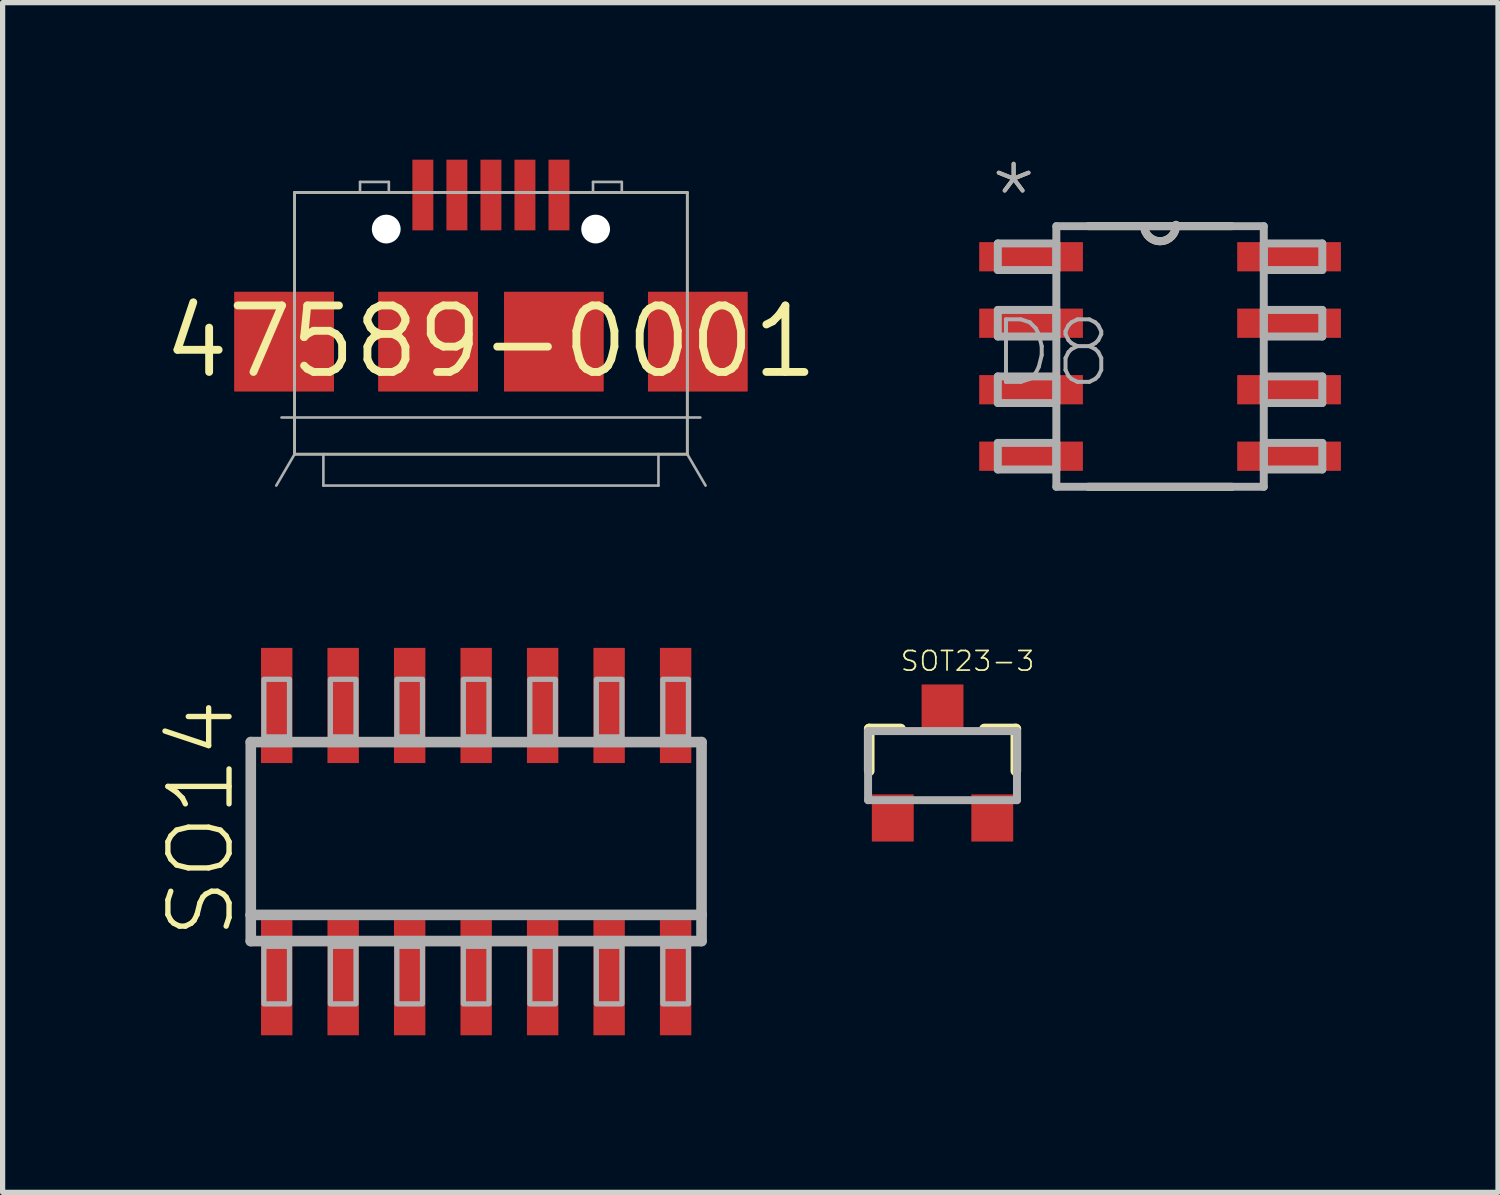
<source format=kicad_pcb>
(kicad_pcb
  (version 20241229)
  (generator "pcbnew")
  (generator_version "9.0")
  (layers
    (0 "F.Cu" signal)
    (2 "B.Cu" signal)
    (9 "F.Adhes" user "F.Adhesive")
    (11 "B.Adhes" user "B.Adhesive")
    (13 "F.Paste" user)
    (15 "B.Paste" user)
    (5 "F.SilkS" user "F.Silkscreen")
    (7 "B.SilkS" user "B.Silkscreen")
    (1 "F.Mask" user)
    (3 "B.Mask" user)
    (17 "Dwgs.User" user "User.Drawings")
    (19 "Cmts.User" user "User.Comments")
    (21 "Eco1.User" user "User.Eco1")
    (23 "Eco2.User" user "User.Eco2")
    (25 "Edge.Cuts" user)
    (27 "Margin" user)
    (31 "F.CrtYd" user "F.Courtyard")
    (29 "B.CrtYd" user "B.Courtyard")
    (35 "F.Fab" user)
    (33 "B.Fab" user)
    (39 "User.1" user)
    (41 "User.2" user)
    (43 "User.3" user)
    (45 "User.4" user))
  (footprint "SOT23-3"
    (layer "F.Cu")
    (at 14.953 11.574)
    (property "Reference" "SOT23-3" (at -0.826 -1.778 0) (layer "F.SilkS") (effects (font (size 0.374 0.374) (thickness 0.033)) (justify left bottom)))
    (fp_line (start -1.4 -0.7) (end -1.4 0.1) (stroke (width 0.203) (type solid)) (layer "F.SilkS"))
    (fp_line (start -0.8 -0.7) (end -1.4 -0.7) (stroke (width 0.203) (type solid)) (layer "F.SilkS"))
    (fp_line (start 0.8 -0.7) (end 1.4 -0.7) (stroke (width 0.203) (type solid)) (layer "F.SilkS"))
    (fp_line (start 1.4 -0.7) (end 1.4 0.1) (stroke (width 0.203) (type solid)) (layer "F.SilkS"))
    (fp_line (start -1.422 -0.66) (end 1.422 -0.66) (stroke (width 0.152) (type solid)) (layer "F.Fab"))
    (fp_line (start -1.422 0.66) (end -1.422 -0.66) (stroke (width 0.152) (type solid)) (layer "F.Fab"))
    (fp_line (start 1.422 -0.66) (end 1.422 0.66) (stroke (width 0.152) (type solid)) (layer "F.Fab"))
    (fp_line (start 1.422 0.66) (end -1.422 0.66) (stroke (width 0.152) (type solid)) (layer "F.Fab"))
    (pad "1" smd rect (at -0.95 1) (size 0.8 0.9) (layers "F.Cu" "F.Mask" "F.Paste"))
    (pad "2" smd rect (at 0.95 1) (size 0.8 0.9) (layers "F.Cu" "F.Mask" "F.Paste"))
    (pad "3" smd rect (at 0 -1.1) (size 0.8 0.9) (layers "F.Cu" "F.Mask" "F.Paste")))
  (footprint "D8"
    (layer "F.Cu")
    (at 19.108 3.759)
    (property "Reference" "D8" (at -3.277 0.635 0) (layer "F.Fab") (effects (font (size 1.194 1.194) (thickness 0.076)) (justify left bottom)))
    (fp_line (start -1.372 2.489) (end 1.372 2.489) (stroke (width 0.152) (type solid)) (layer "F.SilkS"))
    (fp_line (start -0.305 -2.489) (end -1.372 -2.489) (stroke (width 0.152) (type solid)) (layer "F.SilkS"))
    (fp_line (start 1.372 -2.489) (end -0.305 -2.489) (stroke (width 0.152) (type solid)) (layer "F.SilkS"))
    (fp_arc (start 0.3048 -2.5146) (mid 0.0127 -2.1971) (end -0.3048 -2.4892) (stroke (width 0.1524) (type solid)) (layer "F.SilkS"))
    (fp_line (start -3.099 -2.159) (end -3.099 -1.651) (stroke (width 0.152) (type solid)) (layer "F.Fab"))
    (fp_line (start -3.099 -1.651) (end -1.981 -1.651) (stroke (width 0.152) (type solid)) (layer "F.Fab"))
    (fp_line (start -3.099 -0.889) (end -3.099 -0.381) (stroke (width 0.152) (type solid)) (layer "F.Fab"))
    (fp_line (start -3.099 -0.381) (end -1.981 -0.381) (stroke (width 0.152) (type solid)) (layer "F.Fab"))
    (fp_line (start -3.099 0.381) (end -3.099 0.889) (stroke (width 0.152) (type solid)) (layer "F.Fab"))
    (fp_line (start -3.099 0.889) (end -1.981 0.889) (stroke (width 0.152) (type solid)) (layer "F.Fab"))
    (fp_line (start -3.099 1.651) (end -3.099 2.159) (stroke (width 0.152) (type solid)) (layer "F.Fab"))
    (fp_line (start -3.099 2.159) (end -1.981 2.159) (stroke (width 0.152) (type solid)) (layer "F.Fab"))
    (fp_line (start -1.981 -2.489) (end -1.981 2.489) (stroke (width 0.152) (type solid)) (layer "F.Fab"))
    (fp_line (start -1.981 -2.159) (end -3.099 -2.159) (stroke (width 0.152) (type solid)) (layer "F.Fab"))
    (fp_line (start -1.981 -1.651) (end -1.981 -2.159) (stroke (width 0.152) (type solid)) (layer "F.Fab"))
    (fp_line (start -1.981 -0.889) (end -3.099 -0.889) (stroke (width 0.152) (type solid)) (layer "F.Fab"))
    (fp_line (start -1.981 -0.381) (end -1.981 -0.889) (stroke (width 0.152) (type solid)) (layer "F.Fab"))
    (fp_line (start -1.981 0.381) (end -3.099 0.381) (stroke (width 0.152) (type solid)) (layer "F.Fab"))
    (fp_line (start -1.981 0.889) (end -1.981 0.381) (stroke (width 0.152) (type solid)) (layer "F.Fab"))
    (fp_line (start -1.981 1.651) (end -3.099 1.651) (stroke (width 0.152) (type solid)) (layer "F.Fab"))
    (fp_line (start -1.981 2.159) (end -1.981 1.651) (stroke (width 0.152) (type solid)) (layer "F.Fab"))
    (fp_line (start -1.981 2.489) (end 1.981 2.489) (stroke (width 0.152) (type solid)) (layer "F.Fab"))
    (fp_line (start -0.305 -2.489) (end -1.981 -2.489) (stroke (width 0.152) (type solid)) (layer "F.Fab"))
    (fp_line (start 1.981 -2.489) (end -0.305 -2.489) (stroke (width 0.152) (type solid)) (layer "F.Fab"))
    (fp_line (start 1.981 -2.159) (end 1.981 -1.651) (stroke (width 0.152) (type solid)) (layer "F.Fab"))
    (fp_line (start 1.981 -1.651) (end 3.099 -1.651) (stroke (width 0.152) (type solid)) (layer "F.Fab"))
    (fp_line (start 1.981 -0.889) (end 1.981 -0.381) (stroke (width 0.152) (type solid)) (layer "F.Fab"))
    (fp_line (start 1.981 -0.381) (end 3.099 -0.381) (stroke (width 0.152) (type solid)) (layer "F.Fab"))
    (fp_line (start 1.981 0.381) (end 1.981 0.889) (stroke (width 0.152) (type solid)) (layer "F.Fab"))
    (fp_line (start 1.981 0.889) (end 3.099 0.889) (stroke (width 0.152) (type solid)) (layer "F.Fab"))
    (fp_line (start 1.981 1.651) (end 1.981 2.159) (stroke (width 0.152) (type solid)) (layer "F.Fab"))
    (fp_line (start 1.981 2.159) (end 3.099 2.159) (stroke (width 0.152) (type solid)) (layer "F.Fab"))
    (fp_line (start 1.981 2.489) (end 1.981 -2.489) (stroke (width 0.152) (type solid)) (layer "F.Fab"))
    (fp_line (start 3.099 -2.159) (end 1.981 -2.159) (stroke (width 0.152) (type solid)) (layer "F.Fab"))
    (fp_line (start 3.099 -1.651) (end 3.099 -2.159) (stroke (width 0.152) (type solid)) (layer "F.Fab"))
    (fp_line (start 3.099 -0.889) (end 1.981 -0.889) (stroke (width 0.152) (type solid)) (layer "F.Fab"))
    (fp_line (start 3.099 -0.381) (end 3.099 -0.889) (stroke (width 0.152) (type solid)) (layer "F.Fab"))
    (fp_line (start 3.099 0.381) (end 1.981 0.381) (stroke (width 0.152) (type solid)) (layer "F.Fab"))
    (fp_line (start 3.099 0.889) (end 3.099 0.381) (stroke (width 0.152) (type solid)) (layer "F.Fab"))
    (fp_line (start 3.099 1.651) (end 1.981 1.651) (stroke (width 0.152) (type solid)) (layer "F.Fab"))
    (fp_line (start 3.099 2.159) (end 3.099 1.651) (stroke (width 0.152) (type solid)) (layer "F.Fab"))
    (fp_arc (start 0.3048 -2.5146) (mid 0.0127 -2.1971) (end -0.3048 -2.4892) (stroke (width 0.1524) (type solid)) (layer "F.Fab"))
    (fp_text user "*" (at -3.302 -2.337 0) (layer "F.SilkS") (effects (font (size 1.194 1.194) (thickness 0.076)) (justify left bottom)))
    (fp_text user "*" (at -3.302 -2.337 0) (layer "F.Fab") (effects (font (size 1.194 1.194) (thickness 0.076)) (justify left bottom)))
    (pad "1" smd rect (at -2.464 -1.905) (size 1.981 0.559) (layers "F.Cu" "F.Mask" "F.Paste"))
    (pad "2" smd rect (at -2.464 -0.635) (size 1.981 0.559) (layers "F.Cu" "F.Mask" "F.Paste"))
    (pad "3" smd rect (at -2.464 0.635) (size 1.981 0.559) (layers "F.Cu" "F.Mask" "F.Paste"))
    (pad "4" smd rect (at -2.464 1.905) (size 1.981 0.559) (layers "F.Cu" "F.Mask" "F.Paste"))
    (pad "5" smd rect (at 2.464 1.905) (size 1.981 0.559) (layers "F.Cu" "F.Mask" "F.Paste"))
    (pad "6" smd rect (at 2.464 0.635) (size 1.981 0.559) (layers "F.Cu" "F.Mask" "F.Paste"))
    (pad "7" smd rect (at 2.464 -0.635) (size 1.981 0.559) (layers "F.Cu" "F.Mask" "F.Paste"))
    (pad "8" smd rect (at 2.464 -1.905) (size 1.981 0.559) (layers "F.Cu" "F.Mask" "F.Paste")))
  (footprint "SO14"
    (layer "F.Cu")
    (at 6.045 13.025)
    (property "Reference" "SO14" (at -4.572 1.905 90) (layer "F.SilkS") (effects (font (size 1.168 1.168) (thickness 0.102)) (justify left bottom)))
    (fp_line (start -4.305 -1.9) (end 4.305 -1.9) (stroke (width 0.203) (type solid)) (layer "F.Fab"))
    (fp_line (start -4.305 1.4) (end -4.305 -1.9) (stroke (width 0.203) (type solid)) (layer "F.Fab"))
    (fp_line (start -4.305 1.9) (end -4.305 1.4) (stroke (width 0.203) (type solid)) (layer "F.Fab"))
    (fp_line (start 4.305 -1.9) (end 4.305 1.4) (stroke (width 0.203) (type solid)) (layer "F.Fab"))
    (fp_line (start 4.305 1.4) (end -4.305 1.4) (stroke (width 0.203) (type solid)) (layer "F.Fab"))
    (fp_line (start 4.305 1.4) (end 4.305 1.9) (stroke (width 0.203) (type solid)) (layer "F.Fab"))
    (fp_line (start 4.305 1.9) (end -4.305 1.9) (stroke (width 0.203) (type solid)) (layer "F.Fab"))
    (fp_poly (pts (xy -4.055 -2) (xy -3.565 -2) (xy -3.565 -3.1) (xy -4.055 -3.1)) (stroke (width 0.1) (type default)) (fill no) (layer "F.Fab"))
    (fp_poly (pts (xy -4.055 3.1) (xy -3.565 3.1) (xy -3.565 2) (xy -4.055 2)) (stroke (width 0.1) (type default)) (fill no) (layer "F.Fab"))
    (fp_poly (pts (xy -2.785 -2) (xy -2.295 -2) (xy -2.295 -3.1) (xy -2.785 -3.1)) (stroke (width 0.1) (type default)) (fill no) (layer "F.Fab"))
    (fp_poly (pts (xy -2.785 3.1) (xy -2.295 3.1) (xy -2.295 2) (xy -2.785 2)) (stroke (width 0.1) (type default)) (fill no) (layer "F.Fab"))
    (fp_poly (pts (xy -1.515 -2) (xy -1.025 -2) (xy -1.025 -3.1) (xy -1.515 -3.1)) (stroke (width 0.1) (type default)) (fill no) (layer "F.Fab"))
    (fp_poly (pts (xy -1.515 3.1) (xy -1.025 3.1) (xy -1.025 2) (xy -1.515 2)) (stroke (width 0.1) (type default)) (fill no) (layer "F.Fab"))
    (fp_poly (pts (xy -0.245 -2) (xy 0.245 -2) (xy 0.245 -3.1) (xy -0.245 -3.1)) (stroke (width 0.1) (type default)) (fill no) (layer "F.Fab"))
    (fp_poly (pts (xy -0.245 3.1) (xy 0.245 3.1) (xy 0.245 2) (xy -0.245 2)) (stroke (width 0.1) (type default)) (fill no) (layer "F.Fab"))
    (fp_poly (pts (xy 1.025 -2) (xy 1.515 -2) (xy 1.515 -3.1) (xy 1.025 -3.1)) (stroke (width 0.1) (type default)) (fill no) (layer "F.Fab"))
    (fp_poly (pts (xy 1.025 3.1) (xy 1.515 3.1) (xy 1.515 2) (xy 1.025 2)) (stroke (width 0.1) (type default)) (fill no) (layer "F.Fab"))
    (fp_poly (pts (xy 2.295 -2) (xy 2.785 -2) (xy 2.785 -3.1) (xy 2.295 -3.1)) (stroke (width 0.1) (type default)) (fill no) (layer "F.Fab"))
    (fp_poly (pts (xy 2.295 3.1) (xy 2.785 3.1) (xy 2.785 2) (xy 2.295 2)) (stroke (width 0.1) (type default)) (fill no) (layer "F.Fab"))
    (fp_poly (pts (xy 3.565 -2) (xy 4.055 -2) (xy 4.055 -3.1) (xy 3.565 -3.1)) (stroke (width 0.1) (type default)) (fill no) (layer "F.Fab"))
    (fp_poly (pts (xy 3.565 3.1) (xy 4.055 3.1) (xy 4.055 2) (xy 3.565 2)) (stroke (width 0.1) (type default)) (fill no) (layer "F.Fab"))
    (pad "1" smd rect (at -3.81 2.6) (size 0.6 2.2) (layers "F.Cu" "F.Mask" "F.Paste"))
    (pad "2" smd rect (at -2.54 2.6) (size 0.6 2.2) (layers "F.Cu" "F.Mask" "F.Paste"))
    (pad "3" smd rect (at -1.27 2.6) (size 0.6 2.2) (layers "F.Cu" "F.Mask" "F.Paste"))
    (pad "4" smd rect (at 0 2.6) (size 0.6 2.2) (layers "F.Cu" "F.Mask" "F.Paste"))
    (pad "5" smd rect (at 1.27 2.6) (size 0.6 2.2) (layers "F.Cu" "F.Mask" "F.Paste"))
    (pad "6" smd rect (at 2.54 2.6) (size 0.6 2.2) (layers "F.Cu" "F.Mask" "F.Paste"))
    (pad "7" smd rect (at 3.81 2.6) (size 0.6 2.2) (layers "F.Cu" "F.Mask" "F.Paste"))
    (pad "8" smd rect (at 3.81 -2.6) (size 0.6 2.2) (layers "F.Cu" "F.Mask" "F.Paste"))
    (pad "9" smd rect (at 2.54 -2.6) (size 0.6 2.2) (layers "F.Cu" "F.Mask" "F.Paste"))
    (pad "10" smd rect (at 1.27 -2.6) (size 0.6 2.2) (layers "F.Cu" "F.Mask" "F.Paste"))
    (pad "11" smd rect (at 0 -2.6) (size 0.6 2.2) (layers "F.Cu" "F.Mask" "F.Paste"))
    (pad "12" smd rect (at -1.27 -2.6) (size 0.6 2.2) (layers "F.Cu" "F.Mask" "F.Paste"))
    (pad "13" smd rect (at -2.54 -2.6) (size 0.6 2.2) (layers "F.Cu" "F.Mask" "F.Paste"))
    (pad "14" smd rect (at -3.81 -2.6) (size 0.6 2.2) (layers "F.Cu" "F.Mask" "F.Paste")))
  (footprint "47589-0001"
    (layer "F.Cu")
    (at 6.327 3.475)
    (property "Reference" "47589-0001" (at 0 0 0) (layer "F.SilkS") (effects (font (size 1.27 1.27) (thickness 0.15))))
    (fp_poly (pts (xy -4.9 0.95) (xy -3 0.95) (xy -3 -0.95) (xy -4.9 -0.95)) (stroke (width 0) (type default)) (fill yes) (layer "F.Cu"))
    (fp_poly (pts (xy -2.15 0.95) (xy -0.25 0.95) (xy -0.25 -0.95) (xy -2.15 -0.95)) (stroke (width 0) (type default)) (fill yes) (layer "F.Cu"))
    (fp_poly (pts (xy 0.25 0.95) (xy 2.15 0.95) (xy 2.15 -0.95) (xy 0.25 -0.95)) (stroke (width 0) (type default)) (fill yes) (layer "F.Cu"))
    (fp_poly (pts (xy 3 0.95) (xy 4.9 0.95) (xy 4.9 -0.95) (xy 3 -0.95)) (stroke (width 0) (type default)) (fill yes) (layer "F.Cu"))
    (fp_line (start -3.75 -2.85) (end 3.75 -2.85) (stroke (width 0.05) (type solid)) (layer "F.SilkS"))
    (fp_line (start -3.75 2.15) (end -3.75 -2.85) (stroke (width 0.05) (type solid)) (layer "F.SilkS"))
    (fp_line (start 3.75 -2.85) (end 3.75 2.15) (stroke (width 0.05) (type solid)) (layer "F.SilkS"))
    (fp_line (start 3.75 2.15) (end -3.75 2.15) (stroke (width 0.05) (type solid)) (layer "F.SilkS"))
    (fp_line (start -4 1.45) (end 4 1.45) (stroke (width 0.05) (type solid)) (layer "F.Fab"))
    (fp_line (start -3.75 -2.85) (end -2.5 -2.85) (stroke (width 0.05) (type solid)) (layer "F.Fab"))
    (fp_line (start -3.75 2.15) (end -4.1 2.75) (stroke (width 0.05) (type solid)) (layer "F.Fab"))
    (fp_line (start -3.75 2.15) (end -3.75 -2.85) (stroke (width 0.05) (type solid)) (layer "F.Fab"))
    (fp_line (start -3.2 2.15) (end -3.75 2.15) (stroke (width 0.05) (type solid)) (layer "F.Fab"))
    (fp_line (start -3.2 2.75) (end -3.2 2.15) (stroke (width 0.05) (type solid)) (layer "F.Fab"))
    (fp_line (start -3.2 2.75) (end 3.2 2.75) (stroke (width 0.05) (type solid)) (layer "F.Fab"))
    (fp_line (start -2.5 -3.05) (end -1.95 -3.05) (stroke (width 0.05) (type solid)) (layer "F.Fab"))
    (fp_line (start -2.5 -2.85) (end -2.5 -3.05) (stroke (width 0.05) (type solid)) (layer "F.Fab"))
    (fp_line (start -2.5 -2.85) (end -1.95 -2.85) (stroke (width 0.05) (type solid)) (layer "F.Fab"))
    (fp_line (start -1.95 -3.05) (end -1.95 -2.85) (stroke (width 0.05) (type solid)) (layer "F.Fab"))
    (fp_line (start -1.95 -2.85) (end 1.95 -2.85) (stroke (width 0.05) (type solid)) (layer "F.Fab"))
    (fp_line (start 1.95 -3.05) (end 2.5 -3.05) (stroke (width 0.05) (type solid)) (layer "F.Fab"))
    (fp_line (start 1.95 -2.85) (end 1.95 -3.05) (stroke (width 0.05) (type solid)) (layer "F.Fab"))
    (fp_line (start 1.95 -2.85) (end 2.5 -2.85) (stroke (width 0.05) (type solid)) (layer "F.Fab"))
    (fp_line (start 2.5 -3.05) (end 2.5 -2.85) (stroke (width 0.05) (type solid)) (layer "F.Fab"))
    (fp_line (start 2.5 -2.85) (end 3.75 -2.85) (stroke (width 0.05) (type solid)) (layer "F.Fab"))
    (fp_line (start 3.2 2.15) (end -3.2 2.15) (stroke (width 0.05) (type solid)) (layer "F.Fab"))
    (fp_line (start 3.2 2.75) (end 3.2 2.15) (stroke (width 0.05) (type solid)) (layer "F.Fab"))
    (fp_line (start 3.75 -2.85) (end 3.75 2.15) (stroke (width 0.05) (type solid)) (layer "F.Fab"))
    (fp_line (start 3.75 2.15) (end 3.2 2.15) (stroke (width 0.05) (type solid)) (layer "F.Fab"))
    (fp_line (start 3.75 2.15) (end 4.1 2.75) (stroke (width 0.05) (type solid)) (layer "F.Fab"))
    (pad "" np_thru_hole circle (at -2 -2.15) (size 0.55 0.55) (drill 0.55) (layers "*.Cu" "*.Mask"))
    (pad "" np_thru_hole circle (at 2 -2.15) (size 0.55 0.55) (drill 0.55) (layers "*.Cu" "*.Mask"))
    (pad "1" smd rect (at -1.3 -2.8 90) (size 1.35 0.4) (layers "F.Cu" "F.Mask" "F.Paste"))
    (pad "2" smd rect (at -0.65 -2.8 90) (size 1.35 0.4) (layers "F.Cu" "F.Mask" "F.Paste"))
    (pad "3" smd rect (at 0 -2.8 90) (size 1.35 0.4) (layers "F.Cu" "F.Mask" "F.Paste"))
    (pad "4" smd rect (at 0.65 -2.8 90) (size 1.35 0.4) (layers "F.Cu" "F.Mask" "F.Paste"))
    (pad "5" smd rect (at 1.3 -2.8 90) (size 1.35 0.4) (layers "F.Cu" "F.Mask" "F.Paste"))
    (pad "P$1" smd rect (at -3.95 0) (size 1.9 1.9) (layers "F.Cu" "F.Mask" "F.Paste"))
    (pad "P$2" smd rect (at -1.2 0) (size 1.9 1.9) (layers "F.Cu" "F.Mask" "F.Paste"))
    (pad "P$3" smd rect (at 1.2 0) (size 1.9 1.9) (layers "F.Cu" "F.Mask" "F.Paste"))
    (pad "P$4" smd rect (at 3.95 0) (size 1.9 1.9) (layers "F.Cu" "F.Mask" "F.Paste")))
  (gr_rect
    (start -3 -3)
    (end 25.563 19.725)
    (stroke (width 0.1) (type default))
    (fill no)
    (layer "Edge.Cuts")))
</source>
